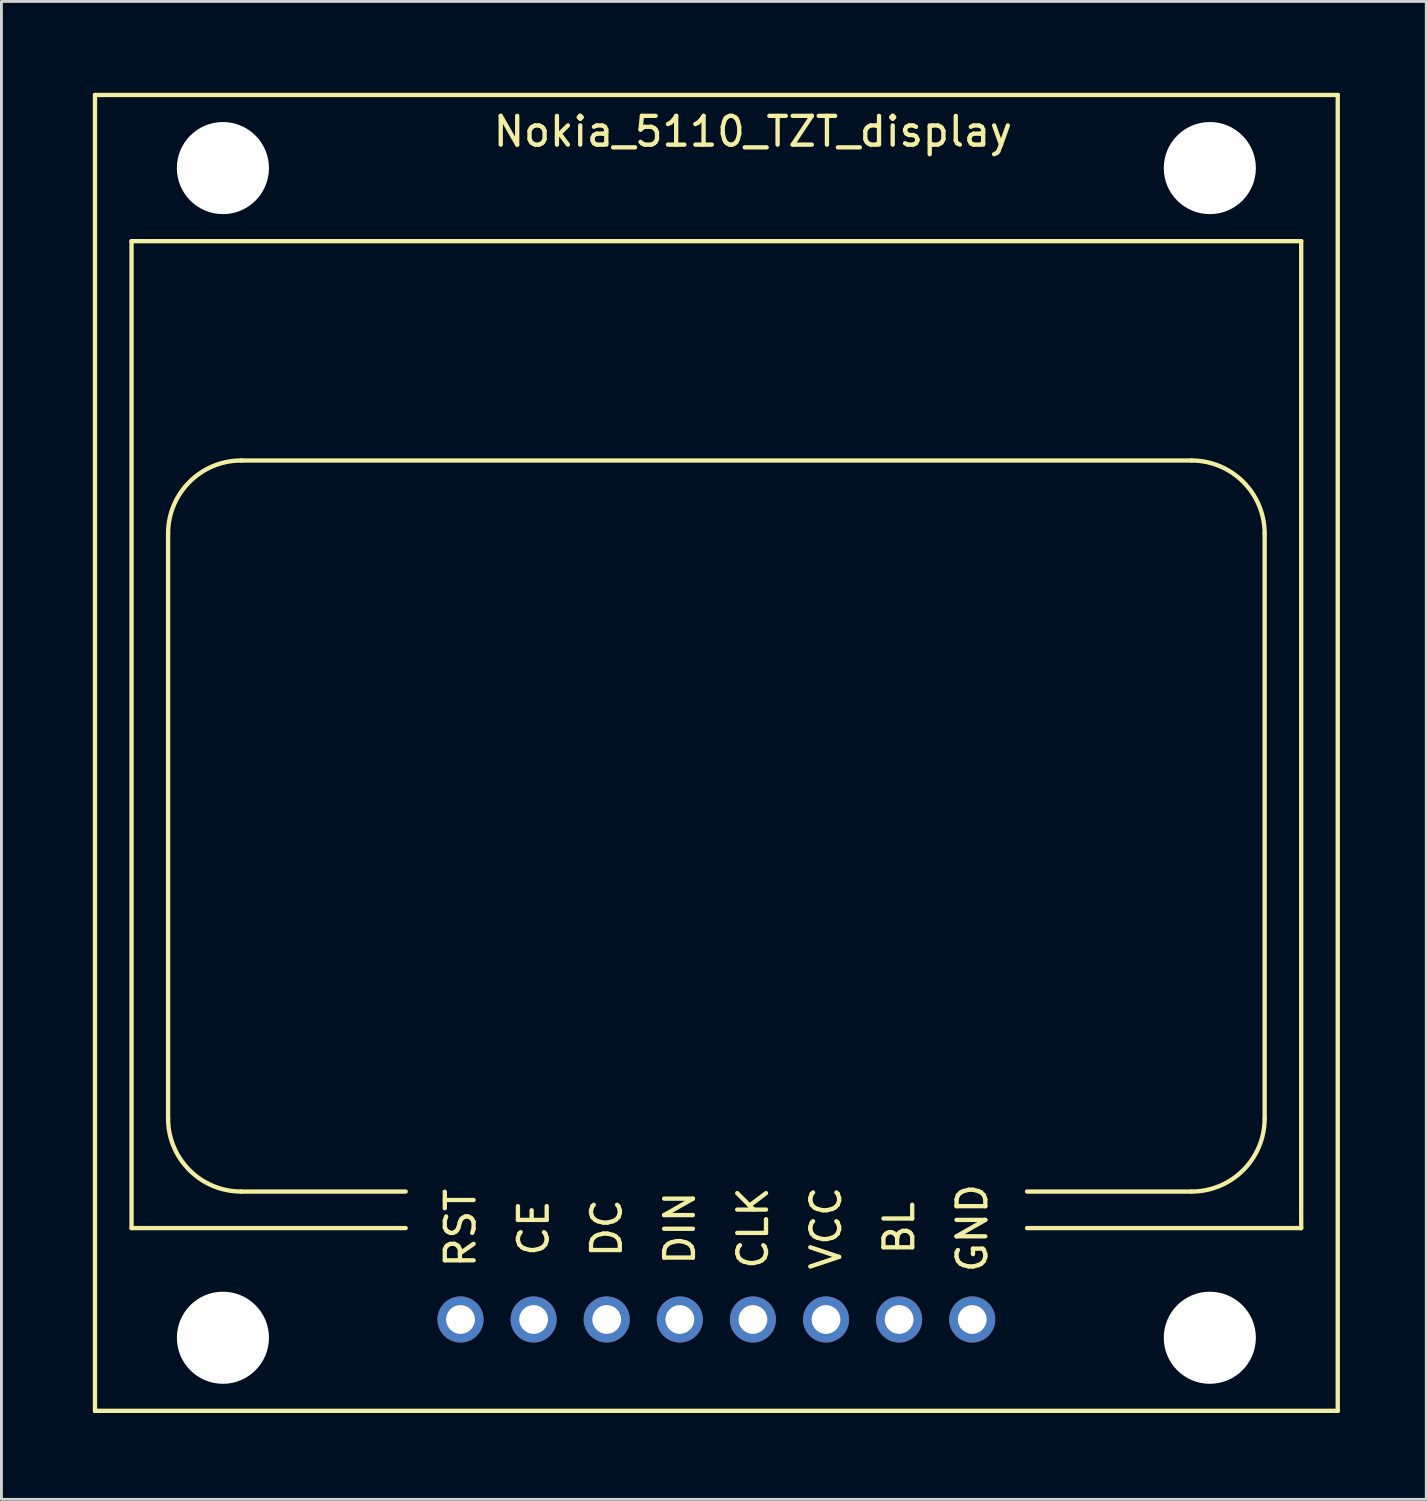
<source format=kicad_pcb>
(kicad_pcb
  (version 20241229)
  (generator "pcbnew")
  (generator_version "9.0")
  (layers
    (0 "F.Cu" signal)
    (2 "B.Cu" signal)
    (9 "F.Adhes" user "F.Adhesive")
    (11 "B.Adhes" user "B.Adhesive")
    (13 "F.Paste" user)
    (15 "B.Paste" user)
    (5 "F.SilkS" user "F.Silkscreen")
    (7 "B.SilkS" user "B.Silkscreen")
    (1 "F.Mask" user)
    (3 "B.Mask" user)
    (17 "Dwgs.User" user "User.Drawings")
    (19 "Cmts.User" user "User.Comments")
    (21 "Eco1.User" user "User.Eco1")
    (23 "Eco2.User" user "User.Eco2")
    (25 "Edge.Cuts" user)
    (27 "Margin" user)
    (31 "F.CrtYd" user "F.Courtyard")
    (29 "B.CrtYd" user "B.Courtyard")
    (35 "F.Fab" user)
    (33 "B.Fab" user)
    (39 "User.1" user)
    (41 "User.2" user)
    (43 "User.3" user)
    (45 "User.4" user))
  (footprint "Nokia_5110_TZT_display"
    (layer "F.Cu")
    (at 0.25 0.25)
    (property "Reference" "Nokia_5110_TZT_display" (at 22.86 1.27 0) (layer "F.SilkS") (effects (font (size 1 1) (thickness 0.15))))
    (attr through_hole)
    (fp_line (start 0 0) (end 0 45.72) (stroke (width 0.15) (type solid)) (layer "F.SilkS"))
    (fp_line (start 0 45.72) (end 43.18 45.72) (stroke (width 0.15) (type solid)) (layer "F.SilkS"))
    (fp_line (start 1.27 5.08) (end 41.91 5.08) (stroke (width 0.15) (type solid)) (layer "F.SilkS"))
    (fp_line (start 1.27 39.37) (end 1.27 5.08) (stroke (width 0.15) (type solid)) (layer "F.SilkS"))
    (fp_line (start 2.54 15.24) (end 2.54 35.56) (stroke (width 0.15) (type solid)) (layer "F.SilkS"))
    (fp_line (start 5.08 12.7) (end 38.1 12.7) (stroke (width 0.15) (type solid)) (layer "F.SilkS"))
    (fp_line (start 5.08 38.1) (end 10.795 38.1) (stroke (width 0.15) (type solid)) (layer "F.SilkS"))
    (fp_line (start 10.795 39.37) (end 1.27 39.37) (stroke (width 0.15) (type solid)) (layer "F.SilkS"))
    (fp_line (start 38.1 38.1) (end 32.385 38.1) (stroke (width 0.15) (type solid)) (layer "F.SilkS"))
    (fp_line (start 40.64 15.24) (end 40.64 35.56) (stroke (width 0.15) (type solid)) (layer "F.SilkS"))
    (fp_line (start 41.91 5.08) (end 41.91 39.37) (stroke (width 0.15) (type solid)) (layer "F.SilkS"))
    (fp_line (start 41.91 39.37) (end 32.385 39.37) (stroke (width 0.15) (type solid)) (layer "F.SilkS"))
    (fp_line (start 43.18 0) (end 0 0) (stroke (width 0.15) (type solid)) (layer "F.SilkS"))
    (fp_line (start 43.18 45.72) (end 43.18 0) (stroke (width 0.15) (type solid)) (layer "F.SilkS"))
    (fp_arc (start 2.54 15.24) (mid 3.283949 13.443949) (end 5.08 12.7) (stroke (width 0.15) (type solid)) (layer "F.SilkS"))
    (fp_arc (start 5.08 38.1) (mid 3.283949 37.356051) (end 2.54 35.56) (stroke (width 0.15) (type solid)) (layer "F.SilkS"))
    (fp_arc (start 38.1 12.7) (mid 39.896051 13.443949) (end 40.64 15.24) (stroke (width 0.15) (type solid)) (layer "F.SilkS"))
    (fp_arc (start 40.64 35.56) (mid 39.896051 37.356051) (end 38.1 38.1) (stroke (width 0.15) (type solid)) (layer "F.SilkS"))
    (fp_text user "RST" (at 12.7 39.37 90) (layer "F.SilkS") (effects (font (size 1 1) (thickness 0.15))))
    (fp_text user "GND" (at 30.48 39.37 90) (layer "F.SilkS") (effects (font (size 1 1) (thickness 0.15))))
    (fp_text user "DC" (at 17.78 39.37 90) (layer "F.SilkS") (effects (font (size 1 1) (thickness 0.15))))
    (fp_text user "CLK" (at 22.86 39.37 90) (layer "F.SilkS") (effects (font (size 1 1) (thickness 0.15))))
    (fp_text user "DIN" (at 20.32 39.37 90) (layer "F.SilkS") (effects (font (size 1 1) (thickness 0.15))))
    (fp_text user "VCC" (at 25.4 39.37 90) (layer "F.SilkS") (effects (font (size 1 1) (thickness 0.15))))
    (fp_text user "CE" (at 15.24 39.37 90) (layer "F.SilkS") (effects (font (size 1 1) (thickness 0.15))))
    (fp_text user "BL" (at 27.94 39.37 90) (layer "F.SilkS") (effects (font (size 1 1) (thickness 0.15))))
    (pad "" np_thru_hole circle (at 4.445 2.54) (size 3.2 3.2) (drill 3.2) (layers "*.Cu" "*.Mask"))
    (pad "" np_thru_hole circle (at 4.445 43.18) (size 3.2 3.2) (drill 3.2) (layers "*.Cu" "*.Mask"))
    (pad "" np_thru_hole circle (at 38.735 2.54) (size 3.2 3.2) (drill 3.2) (layers "*.Cu" "*.Mask"))
    (pad "" np_thru_hole circle (at 38.735 43.18) (size 3.2 3.2) (drill 3.2) (layers "*.Cu" "*.Mask"))
    (pad "1" thru_hole circle (at 12.7 42.545) (size 1.6 1.6) (drill 1) (layers "*.Cu" "*.Mask"))
    (pad "2" thru_hole circle (at 15.24 42.545) (size 1.6 1.6) (drill 1) (layers "*.Cu" "*.Mask"))
    (pad "3" thru_hole circle (at 17.78 42.545) (size 1.6 1.6) (drill 1) (layers "*.Cu" "*.Mask"))
    (pad "4" thru_hole circle (at 20.32 42.545) (size 1.6 1.6) (drill 1) (layers "*.Cu" "*.Mask"))
    (pad "5" thru_hole circle (at 22.86 42.545) (size 1.6 1.6) (drill 1) (layers "*.Cu" "*.Mask"))
    (pad "6" thru_hole circle (at 25.4 42.545) (size 1.6 1.6) (drill 1) (layers "*.Cu" "*.Mask"))
    (pad "7" thru_hole circle (at 27.94 42.545) (size 1.6 1.6) (drill 1) (layers "*.Cu" "*.Mask"))
    (pad "8" thru_hole circle (at 30.48 42.545) (size 1.6 1.6) (drill 1) (layers "*.Cu" "*.Mask")))
  (gr_rect
    (start -3 -3)
    (end 46.505 49.045)
    (stroke (width 0.1) (type default))
    (fill no)
    (layer "Edge.Cuts")))
</source>
